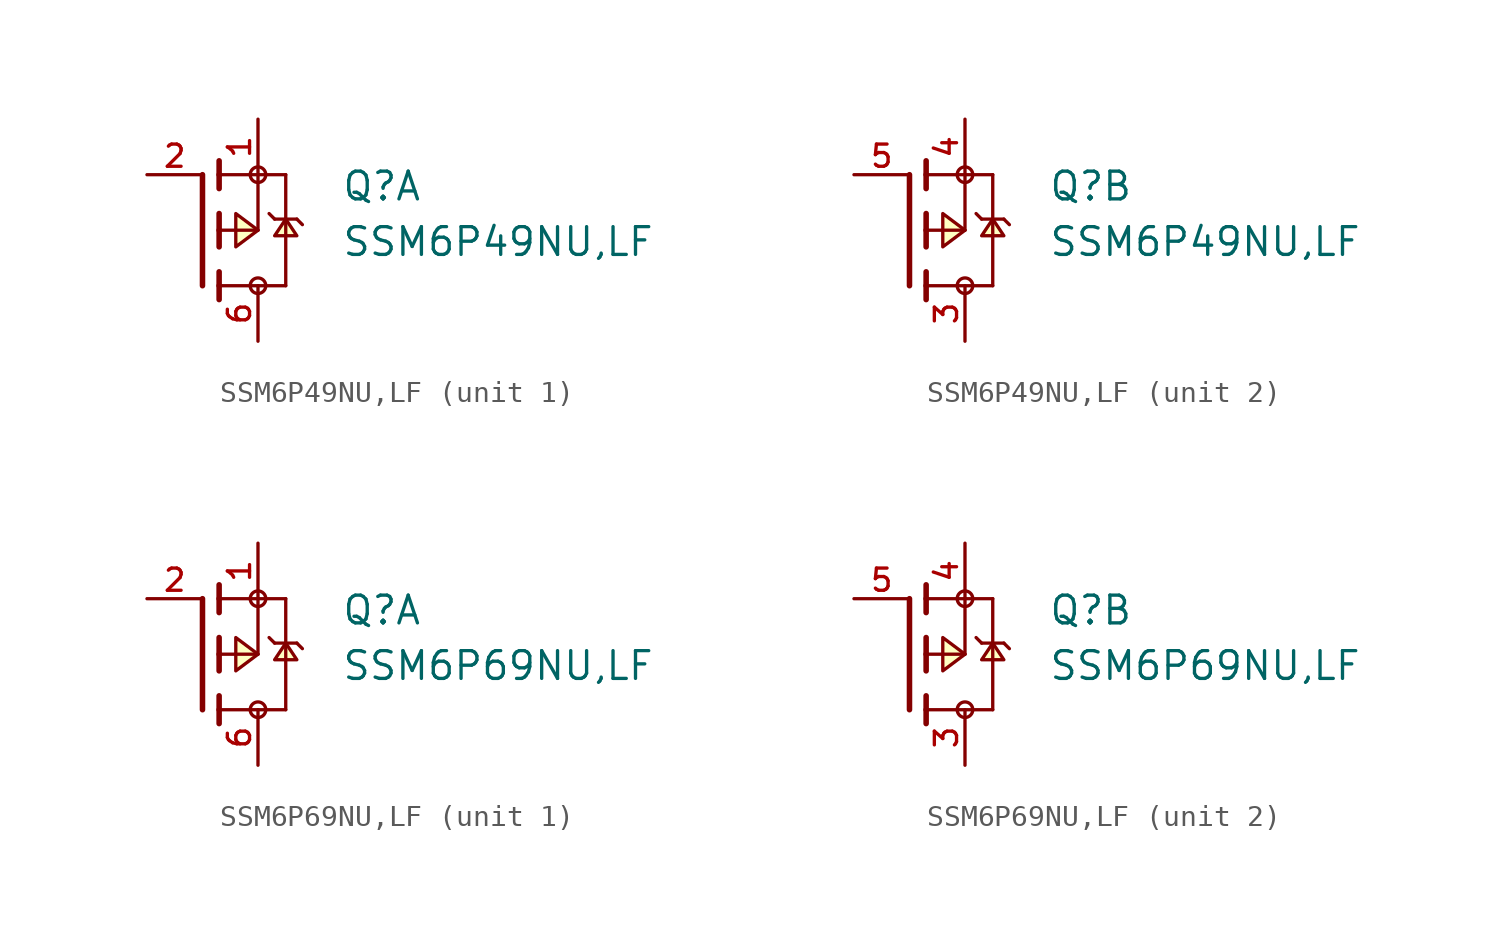
<source format=kicad_sym>
(kicad_symbol_lib
  (version 20211014)
  (generator kicad_symbol_editor)
  (symbol "SSM6P49NU,LF"
    (pin_names
      (offset 1.016) hide)
    (property "Reference" "Q"
      (at 6.35 1.27 0)
      (effects (font (size 1.27 1.27)) (justify left bottom)))
    (property "Value" "SSM6P49NU,LF"
      (at 6.35 -1.27 0)
      (effects (font (size 1.27 1.27)) (justify left bottom)))
    (property "ki_locked" ""
      (at 0 0 0)
      (effects (font (size 1.27 1.27))))
    (symbol "SSM6P49NU,LF_1_0"
      (polyline (pts (xy 0 -2.54) (xy 0 2.54)) (stroke (width 0.254) (type default) (color 0 0 0 0)) (fill (type none)))
      (polyline (pts (xy 0.762 -3.175) (xy 0.762 -2.54)) (stroke (width 0.254) (type default) (color 0 0 0 0)) (fill (type none)))
      (polyline (pts (xy 0.762 -2.54) (xy 0.762 -1.905)) (stroke (width 0.254) (type default) (color 0 0 0 0)) (fill (type none)))
      (polyline (pts (xy 0.762 -2.54) (xy 3.81 -2.54)) (stroke (width 0.152) (type default) (color 0 0 0 0)) (fill (type none)))
      (polyline (pts (xy 0.762 -0.762) (xy 0.762 0)) (stroke (width 0.254) (type default) (color 0 0 0 0)) (fill (type none)))
      (polyline (pts (xy 0.762 0) (xy 0.762 0.762)) (stroke (width 0.254) (type default) (color 0 0 0 0)) (fill (type none)))
      (polyline (pts (xy 0.762 0) (xy 2.54 0)) (stroke (width 0.152) (type default) (color 0 0 0 0)) (fill (type none)))
      (polyline (pts (xy 0.762 1.905) (xy 0.762 2.54)) (stroke (width 0.254) (type default) (color 0 0 0 0)) (fill (type none)))
      (polyline (pts (xy 0.762 2.54) (xy 0.762 3.175)) (stroke (width 0.254) (type default) (color 0 0 0 0)) (fill (type none)))
      (polyline (pts (xy 2.54 0) (xy 2.54 2.54)) (stroke (width 0.152) (type default) (color 0 0 0 0)) (fill (type none)))
      (polyline (pts (xy 2.54 2.54) (xy 0.762 2.54)) (stroke (width 0.152) (type default) (color 0 0 0 0)) (fill (type none)))
      (polyline (pts (xy 2.54 2.54) (xy 3.81 2.54)) (stroke (width 0.152) (type default) (color 0 0 0 0)) (fill (type none)))
      (polyline (pts (xy 3.048 0.762) (xy 3.302 0.508)) (stroke (width 0.152) (type default) (color 0 0 0 0)) (fill (type none)))
      (polyline (pts (xy 3.302 0.508) (xy 3.81 0.508)) (stroke (width 0.152) (type default) (color 0 0 0 0)) (fill (type none)))
      (polyline (pts (xy 3.81 -2.54) (xy 3.81 0.508)) (stroke (width 0.152) (type default) (color 0 0 0 0)) (fill (type none)))
      (polyline (pts (xy 3.81 0.508) (xy 3.81 2.54)) (stroke (width 0.152) (type default) (color 0 0 0 0)) (fill (type none)))
      (polyline (pts (xy 3.81 0.508) (xy 4.318 0.508)) (stroke (width 0.152) (type default) (color 0 0 0 0)) (fill (type none)))
      (polyline (pts (xy 4.318 0.508) (xy 4.572 0.254)) (stroke (width 0.152) (type default) (color 0 0 0 0)) (fill (type none)))
      (polyline (pts (xy 2.54 0) (xy 1.524 0.762) (xy 1.524 -0.762) (xy 2.54 0)) (stroke (width 0.152) (type default) (color 0 0 0 0)) (fill (type background)))
      (polyline (pts (xy 3.81 0.508) (xy 4.318 -0.254) (xy 3.302 -0.254) (xy 3.81 0.508)) (stroke (width 0.152) (type default) (color 0 0 0 0)) (fill (type background)))
      (circle (center 2.54 -2.54) (radius 0.356) (stroke (width 0) (type default) (color 0 0 0 0)) (fill (type none)))
      (circle (center 2.54 2.54) (radius 0.356) (stroke (width 0) (type default) (color 0 0 0 0)) (fill (type none)))
      (pin passive line (at 2.54 5.08 270) (length 2.54) (name "~" (effects (font (size 1.016 1.016)))) (number "1" (effects (font (size 1.016 1.016)))))
      (pin passive line (at -2.54 2.54 0) (length 2.54) (name "~" (effects (font (size 1.016 1.016)))) (number "2" (effects (font (size 1.016 1.016)))))
      (pin passive line (at 2.54 -5.08 90) (length 2.54) (name "~" (effects (font (size 1.016 1.016)))) (number "6" (effects (font (size 1.016 1.016))))))
    (symbol "SSM6P49NU,LF_2_0"
      (polyline (pts (xy 0 -2.54) (xy 0 2.54)) (stroke (width 0.254) (type default) (color 0 0 0 0)) (fill (type none)))
      (polyline (pts (xy 0.762 -3.175) (xy 0.762 -2.54)) (stroke (width 0.254) (type default) (color 0 0 0 0)) (fill (type none)))
      (polyline (pts (xy 0.762 -2.54) (xy 0.762 -1.905)) (stroke (width 0.254) (type default) (color 0 0 0 0)) (fill (type none)))
      (polyline (pts (xy 0.762 -2.54) (xy 3.81 -2.54)) (stroke (width 0.152) (type default) (color 0 0 0 0)) (fill (type none)))
      (polyline (pts (xy 0.762 -0.762) (xy 0.762 0)) (stroke (width 0.254) (type default) (color 0 0 0 0)) (fill (type none)))
      (polyline (pts (xy 0.762 0) (xy 0.762 0.762)) (stroke (width 0.254) (type default) (color 0 0 0 0)) (fill (type none)))
      (polyline (pts (xy 0.762 0) (xy 2.54 0)) (stroke (width 0.152) (type default) (color 0 0 0 0)) (fill (type none)))
      (polyline (pts (xy 0.762 1.905) (xy 0.762 2.54)) (stroke (width 0.254) (type default) (color 0 0 0 0)) (fill (type none)))
      (polyline (pts (xy 0.762 2.54) (xy 0.762 3.175)) (stroke (width 0.254) (type default) (color 0 0 0 0)) (fill (type none)))
      (polyline (pts (xy 2.54 0) (xy 2.54 2.54)) (stroke (width 0.152) (type default) (color 0 0 0 0)) (fill (type none)))
      (polyline (pts (xy 2.54 2.54) (xy 0.762 2.54)) (stroke (width 0.152) (type default) (color 0 0 0 0)) (fill (type none)))
      (polyline (pts (xy 2.54 2.54) (xy 3.81 2.54)) (stroke (width 0.152) (type default) (color 0 0 0 0)) (fill (type none)))
      (polyline (pts (xy 3.048 0.762) (xy 3.302 0.508)) (stroke (width 0.152) (type default) (color 0 0 0 0)) (fill (type none)))
      (polyline (pts (xy 3.302 0.508) (xy 3.81 0.508)) (stroke (width 0.152) (type default) (color 0 0 0 0)) (fill (type none)))
      (polyline (pts (xy 3.81 -2.54) (xy 3.81 0.508)) (stroke (width 0.152) (type default) (color 0 0 0 0)) (fill (type none)))
      (polyline (pts (xy 3.81 0.508) (xy 3.81 2.54)) (stroke (width 0.152) (type default) (color 0 0 0 0)) (fill (type none)))
      (polyline (pts (xy 3.81 0.508) (xy 4.318 0.508)) (stroke (width 0.152) (type default) (color 0 0 0 0)) (fill (type none)))
      (polyline (pts (xy 4.318 0.508) (xy 4.572 0.254)) (stroke (width 0.152) (type default) (color 0 0 0 0)) (fill (type none)))
      (polyline (pts (xy 2.54 0) (xy 1.524 0.762) (xy 1.524 -0.762) (xy 2.54 0)) (stroke (width 0.152) (type default) (color 0 0 0 0)) (fill (type background)))
      (polyline (pts (xy 3.81 0.508) (xy 4.318 -0.254) (xy 3.302 -0.254) (xy 3.81 0.508)) (stroke (width 0.152) (type default) (color 0 0 0 0)) (fill (type background)))
      (circle (center 2.54 -2.54) (radius 0.356) (stroke (width 0) (type default) (color 0 0 0 0)) (fill (type none)))
      (circle (center 2.54 2.54) (radius 0.356) (stroke (width 0) (type default) (color 0 0 0 0)) (fill (type none)))
      (pin passive line (at 2.54 -5.08 90) (length 2.54) (name "~" (effects (font (size 1.016 1.016)))) (number "3" (effects (font (size 1.016 1.016)))))
      (pin passive line (at 2.54 5.08 270) (length 2.54) (name "~" (effects (font (size 1.016 1.016)))) (number "4" (effects (font (size 1.016 1.016)))))
      (pin passive line (at -2.54 2.54 0) (length 2.54) (name "~" (effects (font (size 1.016 1.016)))) (number "5" (effects (font (size 1.016 1.016)))))))
  (symbol "SSM6P69NU,LF"
    (pin_names
      (offset 1.016) hide)
    (property "Reference" "Q"
      (at 6.35 1.27 0)
      (effects (font (size 1.27 1.27)) (justify left bottom)))
    (property "Value" "SSM6P69NU,LF"
      (at 6.35 -1.27 0)
      (effects (font (size 1.27 1.27)) (justify left bottom)))
    (property "ki_locked" ""
      (at 0 0 0)
      (effects (font (size 1.27 1.27))))
    (symbol "SSM6P69NU,LF_1_0"
      (polyline (pts (xy 0 -2.54) (xy 0 2.54)) (stroke (width 0.254) (type default) (color 0 0 0 0)) (fill (type none)))
      (polyline (pts (xy 0.762 -3.175) (xy 0.762 -2.54)) (stroke (width 0.254) (type default) (color 0 0 0 0)) (fill (type none)))
      (polyline (pts (xy 0.762 -2.54) (xy 0.762 -1.905)) (stroke (width 0.254) (type default) (color 0 0 0 0)) (fill (type none)))
      (polyline (pts (xy 0.762 -2.54) (xy 3.81 -2.54)) (stroke (width 0.152) (type default) (color 0 0 0 0)) (fill (type none)))
      (polyline (pts (xy 0.762 -0.762) (xy 0.762 0)) (stroke (width 0.254) (type default) (color 0 0 0 0)) (fill (type none)))
      (polyline (pts (xy 0.762 0) (xy 0.762 0.762)) (stroke (width 0.254) (type default) (color 0 0 0 0)) (fill (type none)))
      (polyline (pts (xy 0.762 0) (xy 2.54 0)) (stroke (width 0.152) (type default) (color 0 0 0 0)) (fill (type none)))
      (polyline (pts (xy 0.762 1.905) (xy 0.762 2.54)) (stroke (width 0.254) (type default) (color 0 0 0 0)) (fill (type none)))
      (polyline (pts (xy 0.762 2.54) (xy 0.762 3.175)) (stroke (width 0.254) (type default) (color 0 0 0 0)) (fill (type none)))
      (polyline (pts (xy 2.54 0) (xy 2.54 2.54)) (stroke (width 0.152) (type default) (color 0 0 0 0)) (fill (type none)))
      (polyline (pts (xy 2.54 2.54) (xy 0.762 2.54)) (stroke (width 0.152) (type default) (color 0 0 0 0)) (fill (type none)))
      (polyline (pts (xy 2.54 2.54) (xy 3.81 2.54)) (stroke (width 0.152) (type default) (color 0 0 0 0)) (fill (type none)))
      (polyline (pts (xy 3.048 0.762) (xy 3.302 0.508)) (stroke (width 0.152) (type default) (color 0 0 0 0)) (fill (type none)))
      (polyline (pts (xy 3.302 0.508) (xy 3.81 0.508)) (stroke (width 0.152) (type default) (color 0 0 0 0)) (fill (type none)))
      (polyline (pts (xy 3.81 -2.54) (xy 3.81 0.508)) (stroke (width 0.152) (type default) (color 0 0 0 0)) (fill (type none)))
      (polyline (pts (xy 3.81 0.508) (xy 3.81 2.54)) (stroke (width 0.152) (type default) (color 0 0 0 0)) (fill (type none)))
      (polyline (pts (xy 3.81 0.508) (xy 4.318 0.508)) (stroke (width 0.152) (type default) (color 0 0 0 0)) (fill (type none)))
      (polyline (pts (xy 4.318 0.508) (xy 4.572 0.254)) (stroke (width 0.152) (type default) (color 0 0 0 0)) (fill (type none)))
      (polyline (pts (xy 2.54 0) (xy 1.524 0.762) (xy 1.524 -0.762) (xy 2.54 0)) (stroke (width 0.152) (type default) (color 0 0 0 0)) (fill (type background)))
      (polyline (pts (xy 3.81 0.508) (xy 4.318 -0.254) (xy 3.302 -0.254) (xy 3.81 0.508)) (stroke (width 0.152) (type default) (color 0 0 0 0)) (fill (type background)))
      (circle (center 2.54 -2.54) (radius 0.356) (stroke (width 0) (type default) (color 0 0 0 0)) (fill (type none)))
      (circle (center 2.54 2.54) (radius 0.356) (stroke (width 0) (type default) (color 0 0 0 0)) (fill (type none)))
      (pin passive line (at 2.54 5.08 270) (length 2.54) (name "~" (effects (font (size 1.016 1.016)))) (number "1" (effects (font (size 1.016 1.016)))))
      (pin passive line (at -2.54 2.54 0) (length 2.54) (name "~" (effects (font (size 1.016 1.016)))) (number "2" (effects (font (size 1.016 1.016)))))
      (pin passive line (at 2.54 -5.08 90) (length 2.54) (name "~" (effects (font (size 1.016 1.016)))) (number "6" (effects (font (size 1.016 1.016))))))
    (symbol "SSM6P69NU,LF_2_0"
      (polyline (pts (xy 0 -2.54) (xy 0 2.54)) (stroke (width 0.254) (type default) (color 0 0 0 0)) (fill (type none)))
      (polyline (pts (xy 0.762 -3.175) (xy 0.762 -2.54)) (stroke (width 0.254) (type default) (color 0 0 0 0)) (fill (type none)))
      (polyline (pts (xy 0.762 -2.54) (xy 0.762 -1.905)) (stroke (width 0.254) (type default) (color 0 0 0 0)) (fill (type none)))
      (polyline (pts (xy 0.762 -2.54) (xy 3.81 -2.54)) (stroke (width 0.152) (type default) (color 0 0 0 0)) (fill (type none)))
      (polyline (pts (xy 0.762 -0.762) (xy 0.762 0)) (stroke (width 0.254) (type default) (color 0 0 0 0)) (fill (type none)))
      (polyline (pts (xy 0.762 0) (xy 0.762 0.762)) (stroke (width 0.254) (type default) (color 0 0 0 0)) (fill (type none)))
      (polyline (pts (xy 0.762 0) (xy 2.54 0)) (stroke (width 0.152) (type default) (color 0 0 0 0)) (fill (type none)))
      (polyline (pts (xy 0.762 1.905) (xy 0.762 2.54)) (stroke (width 0.254) (type default) (color 0 0 0 0)) (fill (type none)))
      (polyline (pts (xy 0.762 2.54) (xy 0.762 3.175)) (stroke (width 0.254) (type default) (color 0 0 0 0)) (fill (type none)))
      (polyline (pts (xy 2.54 0) (xy 2.54 2.54)) (stroke (width 0.152) (type default) (color 0 0 0 0)) (fill (type none)))
      (polyline (pts (xy 2.54 2.54) (xy 0.762 2.54)) (stroke (width 0.152) (type default) (color 0 0 0 0)) (fill (type none)))
      (polyline (pts (xy 2.54 2.54) (xy 3.81 2.54)) (stroke (width 0.152) (type default) (color 0 0 0 0)) (fill (type none)))
      (polyline (pts (xy 3.048 0.762) (xy 3.302 0.508)) (stroke (width 0.152) (type default) (color 0 0 0 0)) (fill (type none)))
      (polyline (pts (xy 3.302 0.508) (xy 3.81 0.508)) (stroke (width 0.152) (type default) (color 0 0 0 0)) (fill (type none)))
      (polyline (pts (xy 3.81 -2.54) (xy 3.81 0.508)) (stroke (width 0.152) (type default) (color 0 0 0 0)) (fill (type none)))
      (polyline (pts (xy 3.81 0.508) (xy 3.81 2.54)) (stroke (width 0.152) (type default) (color 0 0 0 0)) (fill (type none)))
      (polyline (pts (xy 3.81 0.508) (xy 4.318 0.508)) (stroke (width 0.152) (type default) (color 0 0 0 0)) (fill (type none)))
      (polyline (pts (xy 4.318 0.508) (xy 4.572 0.254)) (stroke (width 0.152) (type default) (color 0 0 0 0)) (fill (type none)))
      (polyline (pts (xy 2.54 0) (xy 1.524 0.762) (xy 1.524 -0.762) (xy 2.54 0)) (stroke (width 0.152) (type default) (color 0 0 0 0)) (fill (type background)))
      (polyline (pts (xy 3.81 0.508) (xy 4.318 -0.254) (xy 3.302 -0.254) (xy 3.81 0.508)) (stroke (width 0.152) (type default) (color 0 0 0 0)) (fill (type background)))
      (circle (center 2.54 -2.54) (radius 0.356) (stroke (width 0) (type default) (color 0 0 0 0)) (fill (type none)))
      (circle (center 2.54 2.54) (radius 0.356) (stroke (width 0) (type default) (color 0 0 0 0)) (fill (type none)))
      (pin passive line (at 2.54 -5.08 90) (length 2.54) (name "~" (effects (font (size 1.016 1.016)))) (number "3" (effects (font (size 1.016 1.016)))))
      (pin passive line (at 2.54 5.08 270) (length 2.54) (name "~" (effects (font (size 1.016 1.016)))) (number "4" (effects (font (size 1.016 1.016)))))
      (pin passive line (at -2.54 2.54 0) (length 2.54) (name "~" (effects (font (size 1.016 1.016)))) (number "5" (effects (font (size 1.016 1.016))))))))
</source>
